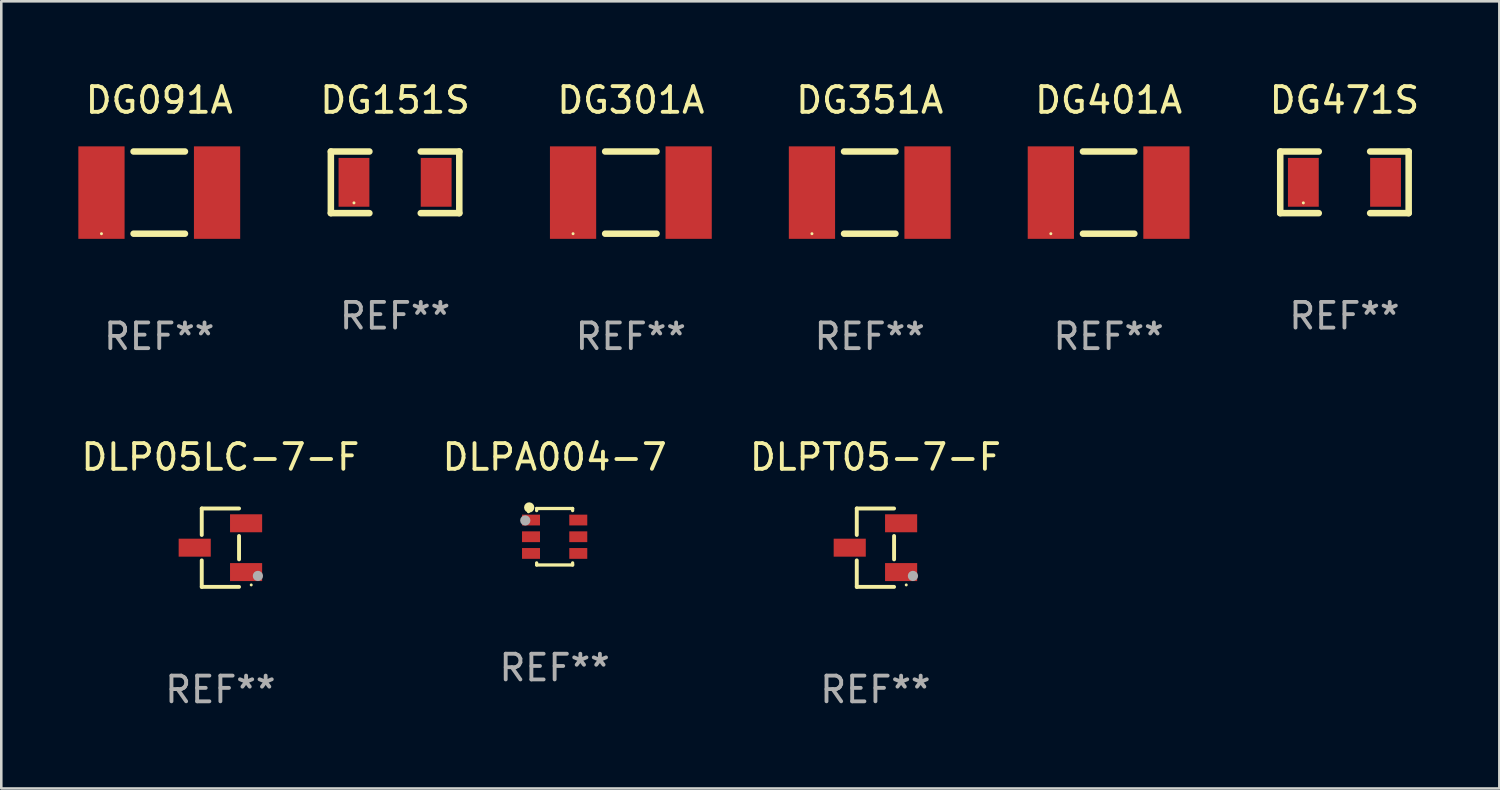
<source format=kicad_pcb>
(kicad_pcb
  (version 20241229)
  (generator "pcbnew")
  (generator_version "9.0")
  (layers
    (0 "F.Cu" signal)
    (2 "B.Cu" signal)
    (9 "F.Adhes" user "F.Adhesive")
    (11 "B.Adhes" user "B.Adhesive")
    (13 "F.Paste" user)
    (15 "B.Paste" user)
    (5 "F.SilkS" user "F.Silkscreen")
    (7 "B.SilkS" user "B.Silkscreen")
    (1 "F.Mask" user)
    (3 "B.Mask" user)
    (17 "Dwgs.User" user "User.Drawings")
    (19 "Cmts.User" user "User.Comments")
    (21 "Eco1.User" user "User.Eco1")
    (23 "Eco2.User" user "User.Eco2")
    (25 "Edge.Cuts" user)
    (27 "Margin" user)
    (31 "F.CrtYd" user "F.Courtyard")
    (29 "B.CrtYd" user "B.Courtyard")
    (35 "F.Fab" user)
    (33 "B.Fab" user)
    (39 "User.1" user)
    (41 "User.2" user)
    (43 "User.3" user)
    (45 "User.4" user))
  (footprint "DLPT05-7-F"
    (layer "F.Cu")
    (at 31.03 18.271)
    (property "Reference" "DLPT05-7-F" (at 0 -3.526 0) (layer "F.SilkS") (effects (font (size 1 1) (thickness 0.15))))
    (attr through_hole)
    (fp_line (start -0.726 -1.526) (end -0.726 -0.495) (stroke (width 0.152) (type solid)) (layer "F.SilkS"))
    (fp_line (start -0.726 1.526) (end -0.726 0.495) (stroke (width 0.152) (type solid)) (layer "F.SilkS"))
    (fp_line (start 0.726 -1.526) (end -0.726 -1.526) (stroke (width 0.152) (type solid)) (layer "F.SilkS"))
    (fp_line (start 0.726 -0.455) (end 0.726 0.455) (stroke (width 0.152) (type solid)) (layer "F.SilkS"))
    (fp_line (start 0.726 1.526) (end -0.726 1.526) (stroke (width 0.152) (type solid)) (layer "F.SilkS"))
    (fp_circle (center 1.2 1.45) (end 1.23 1.45) (stroke (width 0.06) (type solid)) (fill no) (layer "F.SilkS"))
    (fp_circle (center 1.46 1.1) (end 1.56 1.1) (stroke (width 0.2) (type solid)) (fill no) (layer "F.Fab"))
    (fp_text user "REF**" (at 0 5.526 0) (layer "F.Fab") (effects (font (size 1 1) (thickness 0.15))))
    (pad "1" smd rect (at 1 0.95) (size 1.25 0.7) (layers "F.Cu" "F.Mask" "F.Paste"))
    (pad "2" smd rect (at 1 -0.95) (size 1.25 0.7) (layers "F.Cu" "F.Mask" "F.Paste"))
    (pad "3" smd rect (at -1 0) (size 1.25 0.7) (layers "F.Cu" "F.Mask" "F.Paste")))
  (footprint "DG151S"
    (layer "F.Cu")
    (at 12.33 4.048)
    (property "Reference" "DG151S" (at 0 -3.2 0) (layer "F.SilkS") (effects (font (size 1 1) (thickness 0.15))))
    (attr through_hole)
    (fp_line (start -2.5 -1.2) (end -2.5 1.2) (stroke (width 0.254) (type solid)) (layer "F.SilkS"))
    (fp_line (start -1 -1.2) (end -2.5 -1.2) (stroke (width 0.254) (type solid)) (layer "F.SilkS"))
    (fp_line (start -1 1.2) (end -2.5 1.2) (stroke (width 0.254) (type solid)) (layer "F.SilkS"))
    (fp_line (start 1 -1.2) (end 2.5 -1.2) (stroke (width 0.254) (type solid)) (layer "F.SilkS"))
    (fp_line (start 1 1.2) (end 2.5 1.2) (stroke (width 0.254) (type solid)) (layer "F.SilkS"))
    (fp_line (start 2.5 -1.2) (end 2.5 1.2) (stroke (width 0.254) (type solid)) (layer "F.SilkS"))
    (fp_circle (center -1.6 0.8) (end -1.57 0.8) (stroke (width 0.06) (type solid)) (fill no) (layer "F.SilkS"))
    (fp_text user "REF**" (at 0 5.2 0) (layer "F.Fab") (effects (font (size 1 1) (thickness 0.15))))
    (pad "1" smd rect (at -1.6 0) (size 1.2 1.9) (layers "F.Cu" "F.Mask" "F.Paste"))
    (pad "2" smd rect (at 1.6 0) (size 1.2 1.9) (layers "F.Cu" "F.Mask" "F.Paste")))
  (footprint "DG301A"
    (layer "F.Cu")
    (at 21.509 4.448)
    (property "Reference" "DG301A" (at 0 -3.6 0) (layer "F.SilkS") (effects (font (size 1 1) (thickness 0.15))))
    (attr through_hole)
    (fp_line (start -1 -1.6) (end 1 -1.6) (stroke (width 0.254) (type solid)) (layer "F.SilkS"))
    (fp_line (start 1 1.6) (end -1 1.6) (stroke (width 0.254) (type solid)) (layer "F.SilkS"))
    (fp_circle (center -2.25 1.6) (end -2.22 1.6) (stroke (width 0.06) (type solid)) (fill no) (layer "F.SilkS"))
    (fp_text user "REF**" (at 0 5.6 0) (layer "F.Fab") (effects (font (size 1 1) (thickness 0.15))))
    (pad "1" smd rect (at -2.25 0) (size 1.8 3.6) (layers "F.Cu" "F.Mask" "F.Paste"))
    (pad "2" smd rect (at 2.25 0) (size 1.8 3.6) (layers "F.Cu" "F.Mask" "F.Paste")))
  (footprint "DLP05LC-7-F"
    (layer "F.Cu")
    (at 5.53 18.271)
    (property "Reference" "DLP05LC-7-F" (at 0 -3.526 0) (layer "F.SilkS") (effects (font (size 1 1) (thickness 0.15))))
    (attr through_hole)
    (fp_line (start -0.726 -1.526) (end -0.726 -0.495) (stroke (width 0.152) (type solid)) (layer "F.SilkS"))
    (fp_line (start -0.726 1.526) (end -0.726 0.495) (stroke (width 0.152) (type solid)) (layer "F.SilkS"))
    (fp_line (start 0.726 -1.526) (end -0.726 -1.526) (stroke (width 0.152) (type solid)) (layer "F.SilkS"))
    (fp_line (start 0.726 -0.455) (end 0.726 0.455) (stroke (width 0.152) (type solid)) (layer "F.SilkS"))
    (fp_line (start 0.726 1.526) (end -0.726 1.526) (stroke (width 0.152) (type solid)) (layer "F.SilkS"))
    (fp_circle (center 1.2 1.45) (end 1.23 1.45) (stroke (width 0.06) (type solid)) (fill no) (layer "F.SilkS"))
    (fp_circle (center 1.46 1.1) (end 1.56 1.1) (stroke (width 0.2) (type solid)) (fill no) (layer "F.Fab"))
    (fp_text user "REF**" (at 0 5.526 0) (layer "F.Fab") (effects (font (size 1 1) (thickness 0.15))))
    (pad "1" smd rect (at 1 0.95) (size 1.25 0.7) (layers "F.Cu" "F.Mask" "F.Paste"))
    (pad "2" smd rect (at 1 -0.95) (size 1.25 0.7) (layers "F.Cu" "F.Mask" "F.Paste"))
    (pad "3" smd rect (at -1 0) (size 1.25 0.7) (layers "F.Cu" "F.Mask" "F.Paste")))
  (footprint "DLPA004-7"
    (layer "F.Cu")
    (at 18.542 17.845)
    (property "Reference" "DLPA004-7" (at 0 -3.1 0) (layer "F.SilkS") (effects (font (size 1 1) (thickness 0.15))))
    (attr through_hole)
    (fp_line (start -0.7 -1.1) (end -0.7 -1.018) (stroke (width 0.127) (type solid)) (layer "F.SilkS"))
    (fp_line (start -0.7 -1.1) (end 0.7 -1.1) (stroke (width 0.127) (type solid)) (layer "F.SilkS"))
    (fp_line (start -0.7 1.018) (end -0.7 1.1) (stroke (width 0.127) (type solid)) (layer "F.SilkS"))
    (fp_line (start -0.7 1.1) (end 0.7 1.1) (stroke (width 0.127) (type solid)) (layer "F.SilkS"))
    (fp_line (start 0.7 -1.1) (end 0.7 -1.018) (stroke (width 0.127) (type solid)) (layer "F.SilkS"))
    (fp_line (start 0.7 1.018) (end 0.7 1.1) (stroke (width 0.127) (type solid)) (layer "F.SilkS"))
    (fp_circle (center -1.02 -0.97) (end -0.99 -0.97) (stroke (width 0.06) (type solid)) (fill no) (layer "F.SilkS"))
    (fp_circle (center -0.99 -1.14) (end -0.89 -1.14) (stroke (width 0.2) (type solid)) (fill no) (layer "F.SilkS"))
    (fp_circle (center -1.143 -0.635) (end -1.043 -0.635) (stroke (width 0.2) (type solid)) (fill no) (layer "F.Fab"))
    (fp_text user "REF**" (at 0 5.1 0) (layer "F.Fab") (effects (font (size 1 1) (thickness 0.15))))
    (pad "1" smd rect (at -0.92 -0.65) (size 0.7 0.42) (layers "F.Cu" "F.Mask" "F.Paste"))
    (pad "2" smd rect (at -0.92 0.000127) (size 0.7 0.42) (layers "F.Cu" "F.Mask" "F.Paste"))
    (pad "3" smd rect (at -0.92 0.65) (size 0.7 0.42) (layers "F.Cu" "F.Mask" "F.Paste"))
    (pad "4" smd rect (at 0.92 0.65) (size 0.7 0.42) (layers "F.Cu" "F.Mask" "F.Paste"))
    (pad "5" smd rect (at 0.92 0.000127) (size 0.7 0.42) (layers "F.Cu" "F.Mask" "F.Paste"))
    (pad "6" smd rect (at 0.92 -0.65) (size 0.7 0.42) (layers "F.Cu" "F.Mask" "F.Paste")))
  (footprint "DG471S"
    (layer "F.Cu")
    (at 49.289 4.048)
    (property "Reference" "DG471S" (at 0 -3.2 0) (layer "F.SilkS") (effects (font (size 1 1) (thickness 0.15))))
    (attr through_hole)
    (fp_line (start -2.5 -1.2) (end -2.5 1.2) (stroke (width 0.254) (type solid)) (layer "F.SilkS"))
    (fp_line (start -1 -1.2) (end -2.5 -1.2) (stroke (width 0.254) (type solid)) (layer "F.SilkS"))
    (fp_line (start -1 1.2) (end -2.5 1.2) (stroke (width 0.254) (type solid)) (layer "F.SilkS"))
    (fp_line (start 1 -1.2) (end 2.5 -1.2) (stroke (width 0.254) (type solid)) (layer "F.SilkS"))
    (fp_line (start 1 1.2) (end 2.5 1.2) (stroke (width 0.254) (type solid)) (layer "F.SilkS"))
    (fp_line (start 2.5 -1.2) (end 2.5 1.2) (stroke (width 0.254) (type solid)) (layer "F.SilkS"))
    (fp_circle (center -1.6 0.8) (end -1.57 0.8) (stroke (width 0.06) (type solid)) (fill no) (layer "F.SilkS"))
    (fp_text user "REF**" (at 0 5.2 0) (layer "F.Fab") (effects (font (size 1 1) (thickness 0.15))))
    (pad "1" smd rect (at -1.6 0) (size 1.2 1.9) (layers "F.Cu" "F.Mask" "F.Paste"))
    (pad "2" smd rect (at 1.6 0) (size 1.2 1.9) (layers "F.Cu" "F.Mask" "F.Paste")))
  (footprint "DG091A"
    (layer "F.Cu")
    (at 3.15 4.448)
    (property "Reference" "DG091A" (at 0 -3.6 0) (layer "F.SilkS") (effects (font (size 1 1) (thickness 0.15))))
    (attr through_hole)
    (fp_line (start -1 -1.6) (end 1 -1.6) (stroke (width 0.254) (type solid)) (layer "F.SilkS"))
    (fp_line (start 1 1.6) (end -1 1.6) (stroke (width 0.254) (type solid)) (layer "F.SilkS"))
    (fp_circle (center -2.25 1.6) (end -2.22 1.6) (stroke (width 0.06) (type solid)) (fill no) (layer "F.SilkS"))
    (fp_text user "REF**" (at 0 5.6 0) (layer "F.Fab") (effects (font (size 1 1) (thickness 0.15))))
    (pad "1" smd rect (at -2.25 0) (size 1.8 3.6) (layers "F.Cu" "F.Mask" "F.Paste"))
    (pad "2" smd rect (at 2.25 0) (size 1.8 3.6) (layers "F.Cu" "F.Mask" "F.Paste")))
  (footprint "DG351A"
    (layer "F.Cu")
    (at 30.809 4.448)
    (property "Reference" "DG351A" (at 0 -3.6 0) (layer "F.SilkS") (effects (font (size 1 1) (thickness 0.15))))
    (attr through_hole)
    (fp_line (start -1 -1.6) (end 1 -1.6) (stroke (width 0.254) (type solid)) (layer "F.SilkS"))
    (fp_line (start 1 1.6) (end -1 1.6) (stroke (width 0.254) (type solid)) (layer "F.SilkS"))
    (fp_circle (center -2.25 1.6) (end -2.22 1.6) (stroke (width 0.06) (type solid)) (fill no) (layer "F.SilkS"))
    (fp_text user "REF**" (at 0 5.6 0) (layer "F.Fab") (effects (font (size 1 1) (thickness 0.15))))
    (pad "1" smd rect (at -2.25 0) (size 1.8 3.6) (layers "F.Cu" "F.Mask" "F.Paste"))
    (pad "2" smd rect (at 2.25 0) (size 1.8 3.6) (layers "F.Cu" "F.Mask" "F.Paste")))
  (footprint "DG401A"
    (layer "F.Cu")
    (at 40.109 4.448)
    (property "Reference" "DG401A" (at 0 -3.6 0) (layer "F.SilkS") (effects (font (size 1 1) (thickness 0.15))))
    (attr through_hole)
    (fp_line (start -1 -1.6) (end 1 -1.6) (stroke (width 0.254) (type solid)) (layer "F.SilkS"))
    (fp_line (start 1 1.6) (end -1 1.6) (stroke (width 0.254) (type solid)) (layer "F.SilkS"))
    (fp_circle (center -2.25 1.6) (end -2.22 1.6) (stroke (width 0.06) (type solid)) (fill no) (layer "F.SilkS"))
    (fp_text user "REF**" (at 0 5.6 0) (layer "F.Fab") (effects (font (size 1 1) (thickness 0.15))))
    (pad "1" smd rect (at -2.25 0) (size 1.8 3.6) (layers "F.Cu" "F.Mask" "F.Paste"))
    (pad "2" smd rect (at 2.25 0) (size 1.8 3.6) (layers "F.Cu" "F.Mask" "F.Paste")))
  (gr_rect
    (start -3 -3)
    (end 55.319 27.645)
    (stroke (width 0.1) (type default))
    (fill no)
    (layer "Edge.Cuts")))
</source>
